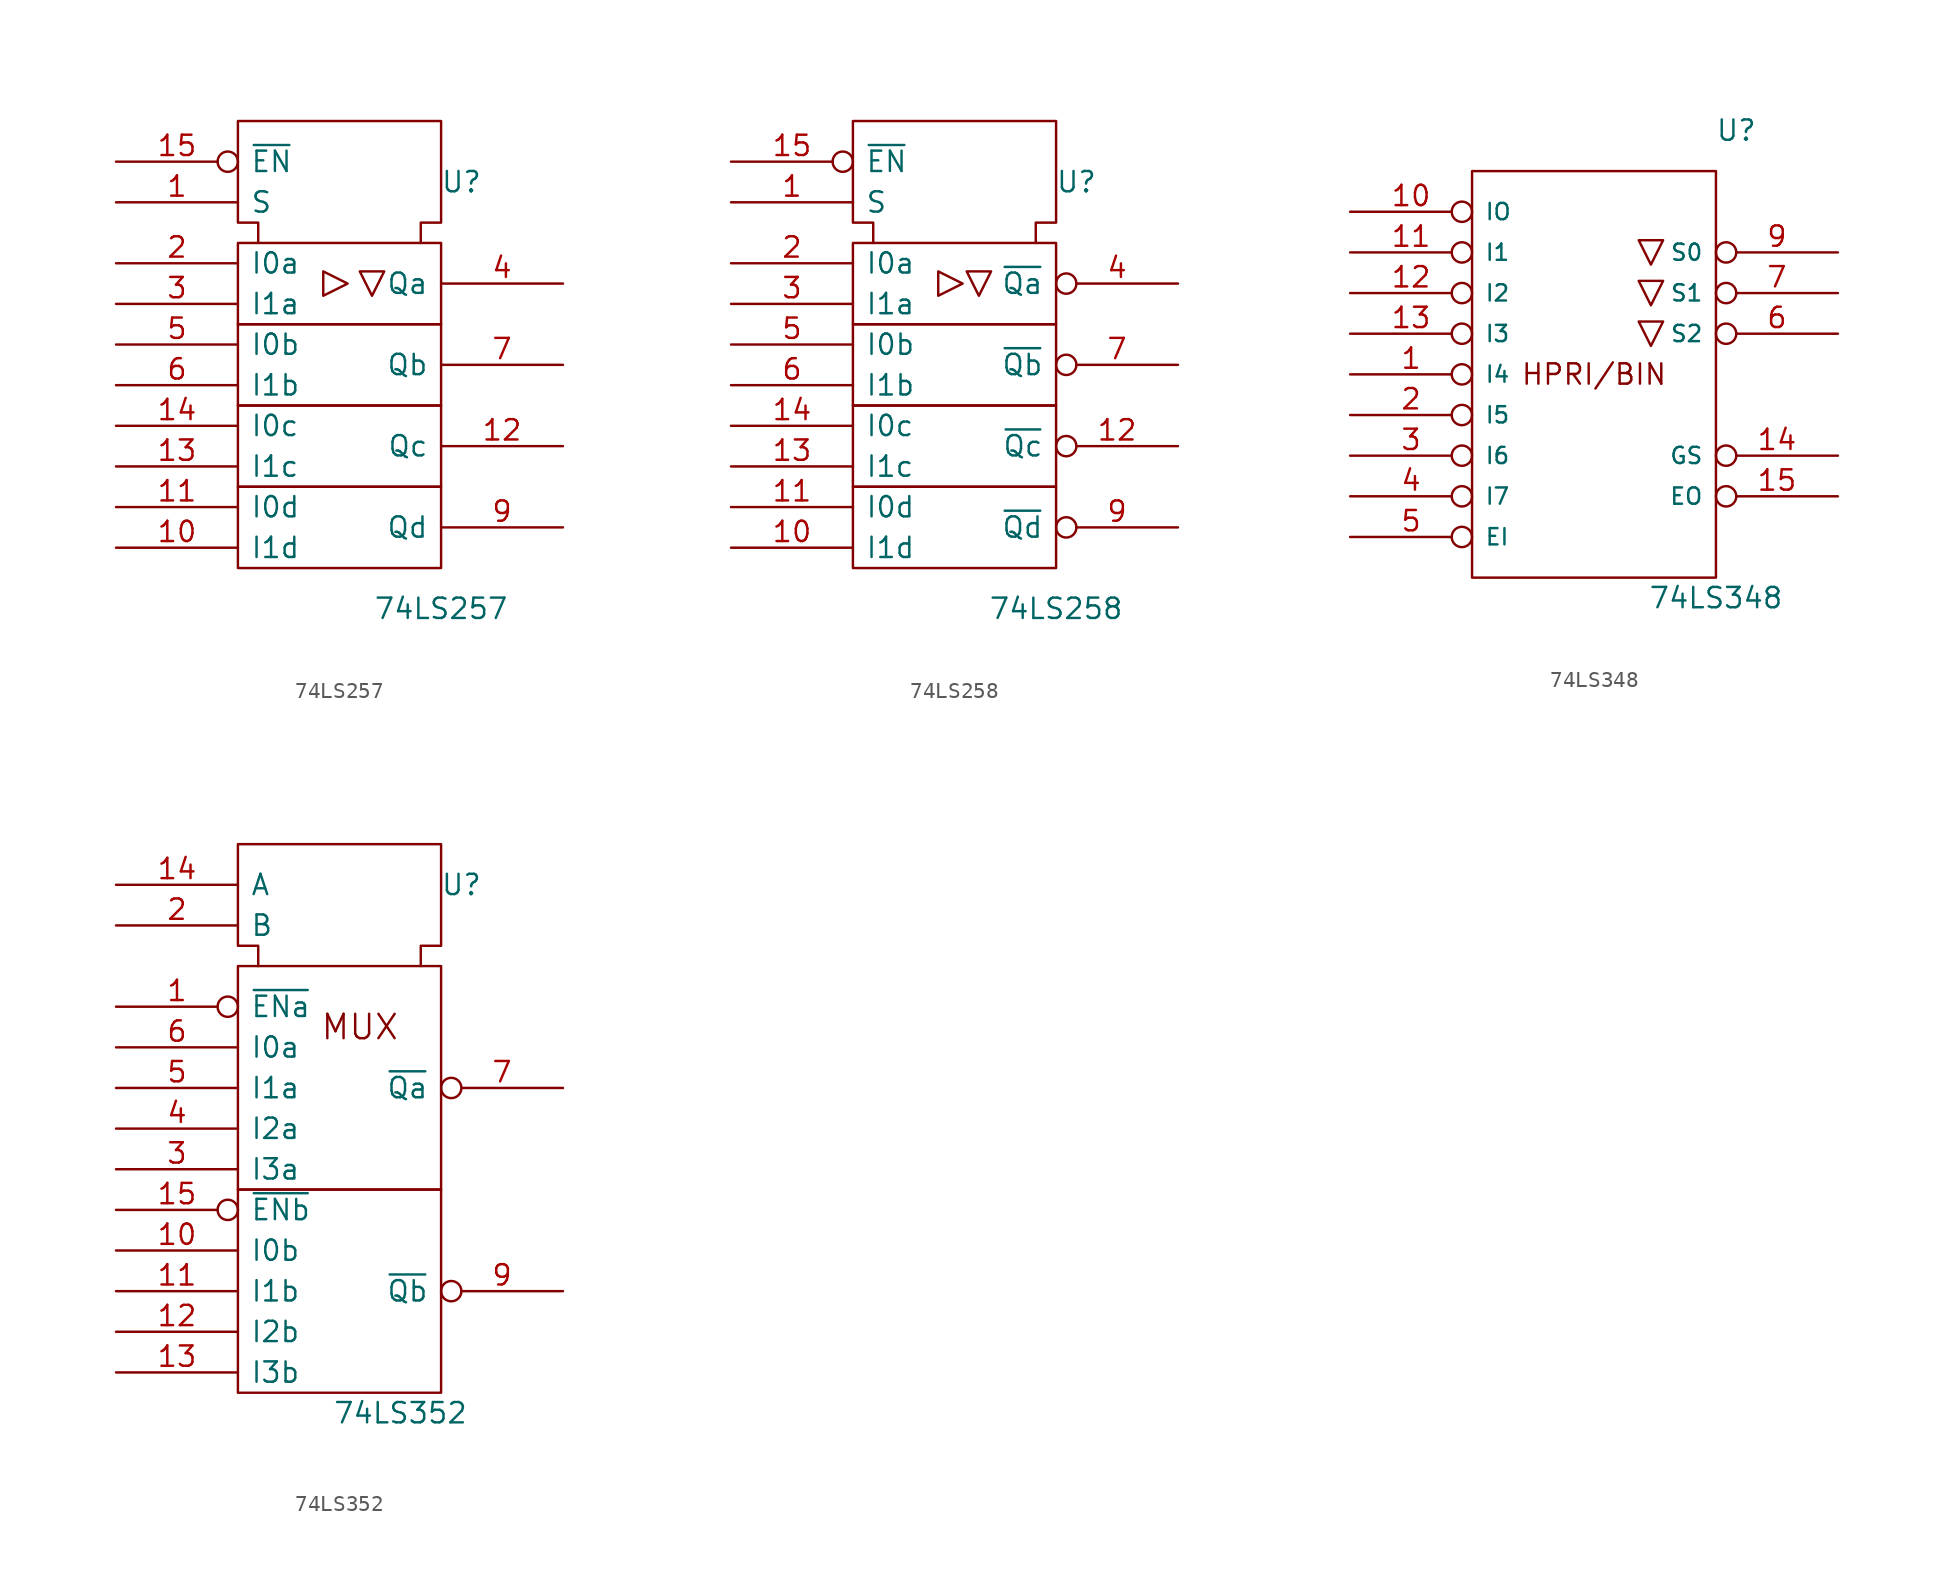
<source format=kicad_sym>
(kicad_symbol_lib
  (version 20201005)
  (generator kicad_symbol_editor)
  (symbol "74xx_IEEE:74LS257"
    (pin_names
      (offset 0.762))
    (property "Reference" "U"
      (at 7.62 10.16 0)
      (effects (font (size 1.27 1.27))))
    (property "Value" "74LS257"
      (at 6.35 -16.51 0)
      (effects (font (size 1.27 1.27))))
    (symbol "74LS257_0_0"
      (rectangle (start -6.35 -8.89) (end 6.35 -13.97) (stroke (width 0)) (fill (type none)))
      (rectangle (start -6.35 -3.81) (end 6.35 -8.89) (stroke (width 0)) (fill (type none)))
      (rectangle (start -6.35 1.27) (end 6.35 -3.81) (stroke (width 0)) (fill (type none)))
      (rectangle (start -6.35 6.35) (end 6.35 1.27) (stroke (width 0)) (fill (type none)))
      (polyline (pts (xy -1.016 4.572) (xy -1.016 3.048) (xy 0.508 3.81) (xy -1.016 4.572) (xy -1.016 4.572)) (stroke (width 0)) (fill (type none)))
      (polyline (pts (xy 2.794 4.572) (xy 1.27 4.572) (xy 2.032 3.048) (xy 2.794 4.572) (xy 2.794 4.572)) (stroke (width 0)) (fill (type none)))
      (polyline (pts (xy -5.08 6.35) (xy -5.08 7.62) (xy -6.35 7.62) (xy -6.35 13.97) (xy 6.35 13.97) (xy 6.35 7.62) (xy 5.08 7.62) (xy 5.08 6.35) (xy 5.08 6.35)) (stroke (width 0)) (fill (type none)))
      (pin power_in line (at 3.81 13.97 270) (length 0) hide (name "VCC" (effects (font (size 1.27 1.27)))) (number "16" (effects (font (size 1.27 1.27)))))
      (pin power_in line (at 0 13.97 270) (length 0) hide (name "GND" (effects (font (size 1.27 1.27)))) (number "8" (effects (font (size 1.27 1.27))))))
    (symbol "74LS257_1_1"
      (pin input line (at -13.97 8.89 0) (length 7.62) (name "S" (effects (font (size 1.27 1.27)))) (number "1" (effects (font (size 1.27 1.27)))))
      (pin input line (at -13.97 -12.7 0) (length 7.62) (name "I1d" (effects (font (size 1.27 1.27)))) (number "10" (effects (font (size 1.27 1.27)))))
      (pin input line (at -13.97 -10.16 0) (length 7.62) (name "I0d" (effects (font (size 1.27 1.27)))) (number "11" (effects (font (size 1.27 1.27)))))
      (pin tri_state line (at 13.97 -6.35 180) (length 7.62) (name "Qc" (effects (font (size 1.27 1.27)))) (number "12" (effects (font (size 1.27 1.27)))))
      (pin input line (at -13.97 -7.62 0) (length 7.62) (name "I1c" (effects (font (size 1.27 1.27)))) (number "13" (effects (font (size 1.27 1.27)))))
      (pin input line (at -13.97 -5.08 0) (length 7.62) (name "I0c" (effects (font (size 1.27 1.27)))) (number "14" (effects (font (size 1.27 1.27)))))
      (pin input inverted (at -13.97 11.43 0) (length 7.62) (name "~EN" (effects (font (size 1.27 1.27)))) (number "15" (effects (font (size 1.27 1.27)))))
      (pin input line (at -13.97 5.08 0) (length 7.62) (name "I0a" (effects (font (size 1.27 1.27)))) (number "2" (effects (font (size 1.27 1.27)))))
      (pin input line (at -13.97 2.54 0) (length 7.62) (name "I1a" (effects (font (size 1.27 1.27)))) (number "3" (effects (font (size 1.27 1.27)))))
      (pin tri_state line (at 13.97 3.81 180) (length 7.62) (name "Qa" (effects (font (size 1.27 1.27)))) (number "4" (effects (font (size 1.27 1.27)))))
      (pin input line (at -13.97 0 0) (length 7.62) (name "I0b" (effects (font (size 1.27 1.27)))) (number "5" (effects (font (size 1.27 1.27)))))
      (pin input line (at -13.97 -2.54 0) (length 7.62) (name "I1b" (effects (font (size 1.27 1.27)))) (number "6" (effects (font (size 1.27 1.27)))))
      (pin tri_state line (at 13.97 -1.27 180) (length 7.62) (name "Qb" (effects (font (size 1.27 1.27)))) (number "7" (effects (font (size 1.27 1.27)))))
      (pin tri_state line (at 13.97 -11.43 180) (length 7.62) (name "Qd" (effects (font (size 1.27 1.27)))) (number "9" (effects (font (size 1.27 1.27)))))))
  (symbol "74xx_IEEE:74LS258"
    (pin_names
      (offset 0.762))
    (property "Reference" "U"
      (at 7.62 10.16 0)
      (effects (font (size 1.27 1.27))))
    (property "Value" "74LS258"
      (at 6.35 -16.51 0)
      (effects (font (size 1.27 1.27))))
    (symbol "74LS258_0_0"
      (rectangle (start -6.35 -8.89) (end 6.35 -13.97) (stroke (width 0)) (fill (type none)))
      (rectangle (start -6.35 -3.81) (end 6.35 -8.89) (stroke (width 0)) (fill (type none)))
      (rectangle (start -6.35 1.27) (end 6.35 -3.81) (stroke (width 0)) (fill (type none)))
      (rectangle (start -6.35 6.35) (end 6.35 1.27) (stroke (width 0)) (fill (type none)))
      (polyline (pts (xy -1.016 4.572) (xy -1.016 3.048) (xy 0.508 3.81) (xy -1.016 4.572) (xy -1.016 4.572)) (stroke (width 0)) (fill (type none)))
      (polyline (pts (xy 2.286 4.572) (xy 0.762 4.572) (xy 1.524 3.048) (xy 2.286 4.572) (xy 2.286 4.572)) (stroke (width 0)) (fill (type none)))
      (polyline (pts (xy -5.08 6.35) (xy -5.08 7.62) (xy -6.35 7.62) (xy -6.35 13.97) (xy 6.35 13.97) (xy 6.35 7.62) (xy 5.08 7.62) (xy 5.08 6.35) (xy 5.08 6.35)) (stroke (width 0)) (fill (type none)))
      (pin power_in line (at 3.81 13.97 270) (length 0) hide (name "VCC" (effects (font (size 1.27 1.27)))) (number "16" (effects (font (size 1.27 1.27)))))
      (pin power_in line (at 0 13.97 270) (length 0) hide (name "GND" (effects (font (size 1.27 1.27)))) (number "8" (effects (font (size 1.27 1.27))))))
    (symbol "74LS258_1_1"
      (pin input line (at -13.97 8.89 0) (length 7.62) (name "S" (effects (font (size 1.27 1.27)))) (number "1" (effects (font (size 1.27 1.27)))))
      (pin input line (at -13.97 -12.7 0) (length 7.62) (name "I1d" (effects (font (size 1.27 1.27)))) (number "10" (effects (font (size 1.27 1.27)))))
      (pin input line (at -13.97 -10.16 0) (length 7.62) (name "I0d" (effects (font (size 1.27 1.27)))) (number "11" (effects (font (size 1.27 1.27)))))
      (pin tri_state inverted (at 13.97 -6.35 180) (length 7.62) (name "~Qc" (effects (font (size 1.27 1.27)))) (number "12" (effects (font (size 1.27 1.27)))))
      (pin input line (at -13.97 -7.62 0) (length 7.62) (name "I1c" (effects (font (size 1.27 1.27)))) (number "13" (effects (font (size 1.27 1.27)))))
      (pin input line (at -13.97 -5.08 0) (length 7.62) (name "I0c" (effects (font (size 1.27 1.27)))) (number "14" (effects (font (size 1.27 1.27)))))
      (pin input inverted (at -13.97 11.43 0) (length 7.62) (name "~EN" (effects (font (size 1.27 1.27)))) (number "15" (effects (font (size 1.27 1.27)))))
      (pin input line (at -13.97 5.08 0) (length 7.62) (name "I0a" (effects (font (size 1.27 1.27)))) (number "2" (effects (font (size 1.27 1.27)))))
      (pin input line (at -13.97 2.54 0) (length 7.62) (name "I1a" (effects (font (size 1.27 1.27)))) (number "3" (effects (font (size 1.27 1.27)))))
      (pin tri_state inverted (at 13.97 3.81 180) (length 7.62) (name "~Qa" (effects (font (size 1.27 1.27)))) (number "4" (effects (font (size 1.27 1.27)))))
      (pin input line (at -13.97 0 0) (length 7.62) (name "I0b" (effects (font (size 1.27 1.27)))) (number "5" (effects (font (size 1.27 1.27)))))
      (pin input line (at -13.97 -2.54 0) (length 7.62) (name "I1b" (effects (font (size 1.27 1.27)))) (number "6" (effects (font (size 1.27 1.27)))))
      (pin tri_state inverted (at 13.97 -1.27 180) (length 7.62) (name "~Qb" (effects (font (size 1.27 1.27)))) (number "7" (effects (font (size 1.27 1.27)))))
      (pin tri_state inverted (at 13.97 -11.43 180) (length 7.62) (name "~Qd" (effects (font (size 1.27 1.27)))) (number "9" (effects (font (size 1.27 1.27)))))))
  (symbol "74xx_IEEE:74LS348"
    (pin_names
      (offset 0.762))
    (property "Reference" "U"
      (at 8.89 15.24 0)
      (effects (font (size 1.27 1.27))))
    (property "Value" "74LS348"
      (at 7.62 -13.97 0)
      (effects (font (size 1.27 1.27))))
    (symbol "74LS348_0_0"
      (text "HPRI/BIN" (at 0 0 0) (effects (font (size 1.27 1.27))))
      (rectangle (start -7.62 12.7) (end 7.62 -12.7) (stroke (width 0)) (fill (type none)))
      (polyline (pts (xy 4.318 3.302) (xy 2.794 3.302) (xy 3.556 1.778) (xy 4.318 3.302) (xy 4.318 3.302)) (stroke (width 0)) (fill (type none)))
      (polyline (pts (xy 4.318 5.842) (xy 2.794 5.842) (xy 3.556 4.318) (xy 4.318 5.842) (xy 4.318 5.842)) (stroke (width 0)) (fill (type none)))
      (polyline (pts (xy 4.318 8.382) (xy 2.794 8.382) (xy 3.556 6.858) (xy 4.318 8.382) (xy 4.318 8.382)) (stroke (width 0)) (fill (type none)))
      (pin power_in line (at 0 12.7 270) (length 0) hide (name "VCC" (effects (font (size 1.016 1.016)))) (number "16" (effects (font (size 1.27 1.27)))))
      (pin power_in line (at 0 -12.7 90) (length 0) hide (name "GND" (effects (font (size 1.016 1.016)))) (number "8" (effects (font (size 1.27 1.27))))))
    (symbol "74LS348_1_1"
      (pin input inverted (at -15.24 0 0) (length 7.62) (name "I4" (effects (font (size 1.016 1.016)))) (number "1" (effects (font (size 1.27 1.27)))))
      (pin input inverted (at -15.24 10.16 0) (length 7.62) (name "IO" (effects (font (size 1.016 1.016)))) (number "10" (effects (font (size 1.27 1.27)))))
      (pin input inverted (at -15.24 7.62 0) (length 7.62) (name "I1" (effects (font (size 1.016 1.016)))) (number "11" (effects (font (size 1.27 1.27)))))
      (pin input inverted (at -15.24 5.08 0) (length 7.62) (name "I2" (effects (font (size 1.016 1.016)))) (number "12" (effects (font (size 1.27 1.27)))))
      (pin input inverted (at -15.24 2.54 0) (length 7.62) (name "I3" (effects (font (size 1.016 1.016)))) (number "13" (effects (font (size 1.27 1.27)))))
      (pin output inverted (at 15.24 -5.08 180) (length 7.62) (name "GS" (effects (font (size 1.016 1.016)))) (number "14" (effects (font (size 1.27 1.27)))))
      (pin output inverted (at 15.24 -7.62 180) (length 7.62) (name "EO" (effects (font (size 1.016 1.016)))) (number "15" (effects (font (size 1.27 1.27)))))
      (pin input inverted (at -15.24 -2.54 0) (length 7.62) (name "I5" (effects (font (size 1.016 1.016)))) (number "2" (effects (font (size 1.27 1.27)))))
      (pin input inverted (at -15.24 -5.08 0) (length 7.62) (name "I6" (effects (font (size 1.016 1.016)))) (number "3" (effects (font (size 1.27 1.27)))))
      (pin input inverted (at -15.24 -7.62 0) (length 7.62) (name "I7" (effects (font (size 1.016 1.016)))) (number "4" (effects (font (size 1.27 1.27)))))
      (pin input inverted (at -15.24 -10.16 0) (length 7.62) (name "EI" (effects (font (size 1.016 1.016)))) (number "5" (effects (font (size 1.27 1.27)))))
      (pin output inverted (at 15.24 2.54 180) (length 7.62) (name "S2" (effects (font (size 1.016 1.016)))) (number "6" (effects (font (size 1.27 1.27)))))
      (pin output inverted (at 15.24 5.08 180) (length 7.62) (name "S1" (effects (font (size 1.016 1.016)))) (number "7" (effects (font (size 1.27 1.27)))))
      (pin output inverted (at 15.24 7.62 180) (length 7.62) (name "S0" (effects (font (size 1.016 1.016)))) (number "9" (effects (font (size 1.27 1.27)))))))
  (symbol "74xx_IEEE:74LS352"
    (pin_names
      (offset 0.762))
    (property "Reference" "U"
      (at 7.62 16.51 0)
      (effects (font (size 1.27 1.27))))
    (property "Value" "74LS352"
      (at 3.81 -16.51 0)
      (effects (font (size 1.27 1.27))))
    (symbol "74LS352_0_0"
      (text "MUX" (at 1.27 7.62 0) (effects (font (size 1.524 1.524))))
      (rectangle (start -6.35 -2.54) (end 6.35 -15.24) (stroke (width 0)) (fill (type none)))
      (rectangle (start -6.35 11.43) (end 6.35 -2.54) (stroke (width 0)) (fill (type none)))
      (polyline (pts (xy -5.08 11.43) (xy -5.08 12.7) (xy -6.35 12.7) (xy -6.35 19.05) (xy 6.35 19.05) (xy 6.35 12.7) (xy 5.08 12.7) (xy 5.08 11.43) (xy 5.08 11.43)) (stroke (width 0)) (fill (type none)))
      (pin power_in line (at 3.81 19.05 270) (length 0) hide (name "VCC" (effects (font (size 1.27 1.27)))) (number "16" (effects (font (size 1.27 1.27)))))
      (pin power_in line (at 0 19.05 270) (length 0) hide (name "GND" (effects (font (size 1.27 1.27)))) (number "8" (effects (font (size 1.27 1.27))))))
    (symbol "74LS352_1_1"
      (pin input inverted (at -13.97 8.89 0) (length 7.62) (name "~ENa" (effects (font (size 1.27 1.27)))) (number "1" (effects (font (size 1.27 1.27)))))
      (pin input line (at -13.97 -6.35 0) (length 7.62) (name "I0b" (effects (font (size 1.27 1.27)))) (number "10" (effects (font (size 1.27 1.27)))))
      (pin input line (at -13.97 -8.89 0) (length 7.62) (name "I1b" (effects (font (size 1.27 1.27)))) (number "11" (effects (font (size 1.27 1.27)))))
      (pin input line (at -13.97 -11.43 0) (length 7.62) (name "I2b" (effects (font (size 1.27 1.27)))) (number "12" (effects (font (size 1.27 1.27)))))
      (pin input line (at -13.97 -13.97 0) (length 7.62) (name "I3b" (effects (font (size 1.27 1.27)))) (number "13" (effects (font (size 1.27 1.27)))))
      (pin input line (at -13.97 16.51 0) (length 7.62) (name "A" (effects (font (size 1.27 1.27)))) (number "14" (effects (font (size 1.27 1.27)))))
      (pin input inverted (at -13.97 -3.81 0) (length 7.62) (name "~ENb" (effects (font (size 1.27 1.27)))) (number "15" (effects (font (size 1.27 1.27)))))
      (pin input line (at -13.97 13.97 0) (length 7.62) (name "B" (effects (font (size 1.27 1.27)))) (number "2" (effects (font (size 1.27 1.27)))))
      (pin input line (at -13.97 -1.27 0) (length 7.62) (name "I3a" (effects (font (size 1.27 1.27)))) (number "3" (effects (font (size 1.27 1.27)))))
      (pin input line (at -13.97 1.27 0) (length 7.62) (name "I2a" (effects (font (size 1.27 1.27)))) (number "4" (effects (font (size 1.27 1.27)))))
      (pin input line (at -13.97 3.81 0) (length 7.62) (name "I1a" (effects (font (size 1.27 1.27)))) (number "5" (effects (font (size 1.27 1.27)))))
      (pin input line (at -13.97 6.35 0) (length 7.62) (name "I0a" (effects (font (size 1.27 1.27)))) (number "6" (effects (font (size 1.27 1.27)))))
      (pin output inverted (at 13.97 3.81 180) (length 7.62) (name "~Qa" (effects (font (size 1.27 1.27)))) (number "7" (effects (font (size 1.27 1.27)))))
      (pin output inverted (at 13.97 -8.89 180) (length 7.62) (name "~Qb" (effects (font (size 1.27 1.27)))) (number "9" (effects (font (size 1.27 1.27))))))))
</source>
